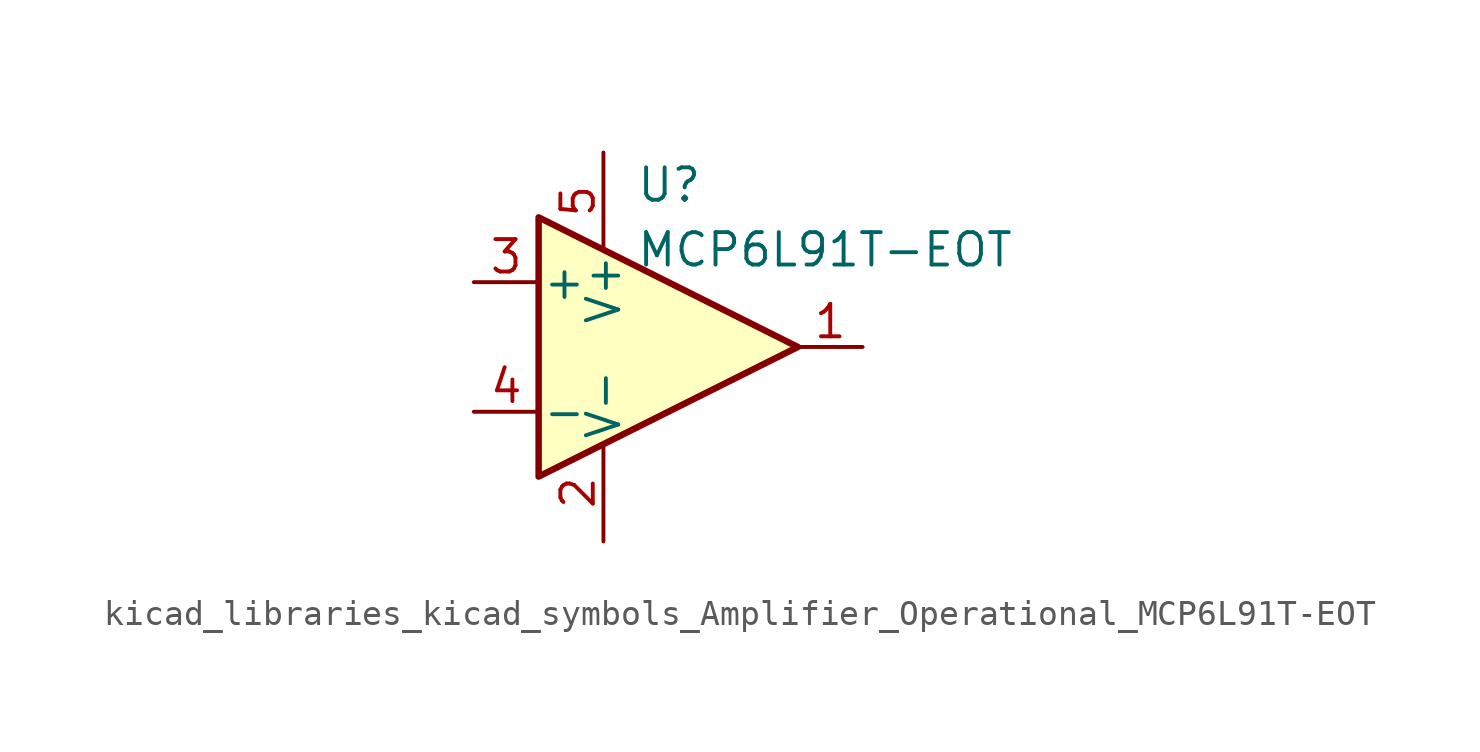
<source format=kicad_sym>
(kicad_symbol_lib
  (version 20220914)
  (generator kicad_symbol_editor)
  (symbol "kicad_libraries_kicad_symbols_Amplifier_Operational_MCP6L91T-EOT"
    (pin_names
      (offset 0.127))
    (property "Reference" "U"
      (at -1.27 6.35 0)
      (effects (font (size 1.27 1.27)) (justify left)))
    (property "Value" "MCP6L91T-EOT"
      (at -1.27 3.81 0)
      (effects (font (size 1.27 1.27)) (justify left)))
    (symbol "kicad_libraries_kicad_symbols_Amplifier_Operational_MCP6L91T-EOT_0_1"
      (polyline (pts (xy -5.08 5.08) (xy 5.08 0) (xy -5.08 -5.08) (xy -5.08 5.08)) (stroke (width 0.254) (type default)) (fill (type background)))
      (pin power_in line (at -2.54 -7.62 90) (length 3.81) (name "V-" (effects (font (size 1.27 1.27)))) (number "2" (effects (font (size 1.27 1.27)))))
      (pin power_in line (at -2.54 7.62 270) (length 3.81) (name "V+" (effects (font (size 1.27 1.27)))) (number "5" (effects (font (size 1.27 1.27))))))
    (symbol "kicad_libraries_kicad_symbols_Amplifier_Operational_MCP6L91T-EOT_1_1"
      (pin output line (at 7.62 0 180) (length 2.54) (name "~" (effects (font (size 1.27 1.27)))) (number "1" (effects (font (size 1.27 1.27)))))
      (pin input line (at -7.62 2.54 0) (length 2.54) (name "+" (effects (font (size 1.27 1.27)))) (number "3" (effects (font (size 1.27 1.27)))))
      (pin input line (at -7.62 -2.54 0) (length 2.54) (name "-" (effects (font (size 1.27 1.27)))) (number "4" (effects (font (size 1.27 1.27))))))))
</source>
